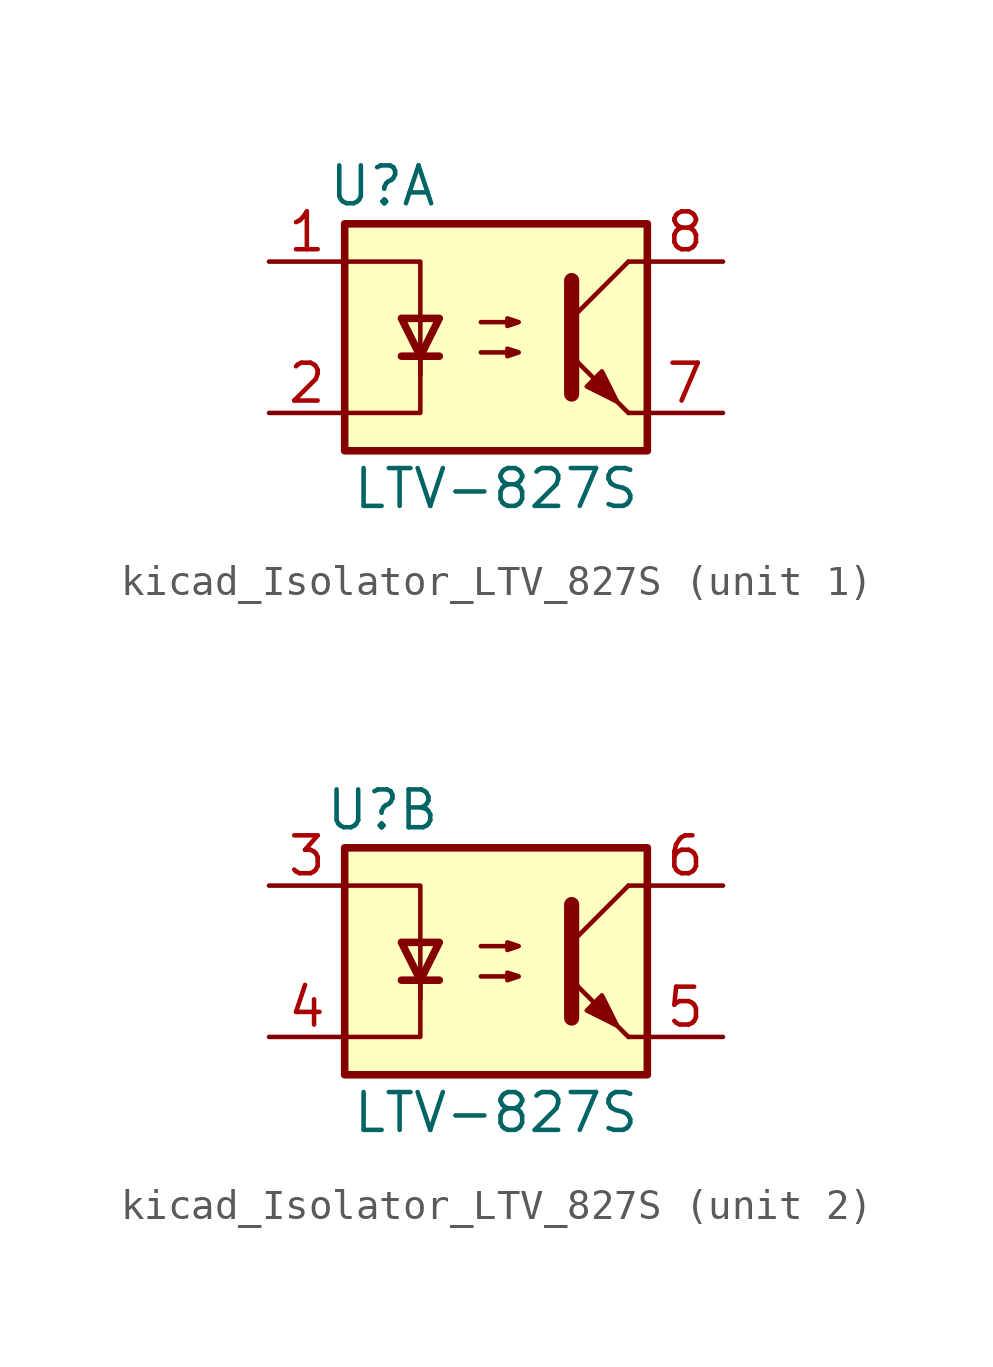
<source format=kicad_sym>
(kicad_symbol_lib
  (version 20220914)
  (generator kicad_symbol_editor)
  (symbol "kicad_Isolator_LTV_827S"
    (pin_names
      (offset 1.016))
    (property "Reference" "U"
      (at -3.81 5.08 0)
      (effects (font (size 1.27 1.27))))
    (property "Value" "LTV-827S"
      (at 0 -5.08 0)
      (effects (font (size 1.27 1.27))))
    (symbol "kicad_Isolator_LTV_827S_0_1"
      (rectangle (start -5.08 3.81) (end 5.08 -3.81) (stroke (width 0.254) (type default)) (fill (type background)))
      (polyline (pts (xy -3.175 -0.635) (xy -1.905 -0.635)) (stroke (width 0.254) (type default)) (fill (type none)))
      (polyline (pts (xy 2.54 0.635) (xy 4.445 2.54)) (stroke (width 0) (type default)) (fill (type none)))
      (polyline (pts (xy 4.445 -2.54) (xy 2.54 -0.635)) (stroke (width 0) (type default)) (fill (type outline)))
      (polyline (pts (xy 4.445 -2.54) (xy 5.08 -2.54)) (stroke (width 0) (type default)) (fill (type none)))
      (polyline (pts (xy 4.445 2.54) (xy 5.08 2.54)) (stroke (width 0) (type default)) (fill (type none)))
      (polyline (pts (xy -2.54 -0.635) (xy -2.54 -2.54) (xy -5.08 -2.54)) (stroke (width 0) (type default)) (fill (type none)))
      (polyline (pts (xy 2.54 1.905) (xy 2.54 -1.905) (xy 2.54 -1.905)) (stroke (width 0.508) (type default)) (fill (type none)))
      (polyline (pts (xy -5.08 2.54) (xy -2.54 2.54) (xy -2.54 -1.27) (xy -2.54 0.635)) (stroke (width 0) (type default)) (fill (type none)))
      (polyline (pts (xy -2.54 -0.635) (xy -3.175 0.635) (xy -1.905 0.635) (xy -2.54 -0.635)) (stroke (width 0.254) (type default)) (fill (type none)))
      (polyline (pts (xy -0.508 -0.508) (xy 0.762 -0.508) (xy 0.381 -0.635) (xy 0.381 -0.381) (xy 0.762 -0.508)) (stroke (width 0) (type default)) (fill (type none)))
      (polyline (pts (xy -0.508 0.508) (xy 0.762 0.508) (xy 0.381 0.381) (xy 0.381 0.635) (xy 0.762 0.508)) (stroke (width 0) (type default)) (fill (type none)))
      (polyline (pts (xy 3.048 -1.651) (xy 3.556 -1.143) (xy 4.064 -2.159) (xy 3.048 -1.651) (xy 3.048 -1.651)) (stroke (width 0) (type default)) (fill (type outline))))
    (symbol "kicad_Isolator_LTV_827S_1_1"
      (pin passive line (at -7.62 2.54 0) (length 2.54) (name "~" (effects (font (size 1.27 1.27)))) (number "1" (effects (font (size 1.27 1.27)))))
      (pin passive line (at -7.62 -2.54 0) (length 2.54) (name "~" (effects (font (size 1.27 1.27)))) (number "2" (effects (font (size 1.27 1.27)))))
      (pin passive line (at 7.62 -2.54 180) (length 2.54) (name "~" (effects (font (size 1.27 1.27)))) (number "7" (effects (font (size 1.27 1.27)))))
      (pin passive line (at 7.62 2.54 180) (length 2.54) (name "~" (effects (font (size 1.27 1.27)))) (number "8" (effects (font (size 1.27 1.27))))))
    (symbol "kicad_Isolator_LTV_827S_2_1"
      (pin passive line (at -7.62 2.54 0) (length 2.54) (name "~" (effects (font (size 1.27 1.27)))) (number "3" (effects (font (size 1.27 1.27)))))
      (pin passive line (at -7.62 -2.54 0) (length 2.54) (name "~" (effects (font (size 1.27 1.27)))) (number "4" (effects (font (size 1.27 1.27)))))
      (pin passive line (at 7.62 -2.54 180) (length 2.54) (name "~" (effects (font (size 1.27 1.27)))) (number "5" (effects (font (size 1.27 1.27)))))
      (pin passive line (at 7.62 2.54 180) (length 2.54) (name "~" (effects (font (size 1.27 1.27)))) (number "6" (effects (font (size 1.27 1.27))))))))
</source>
